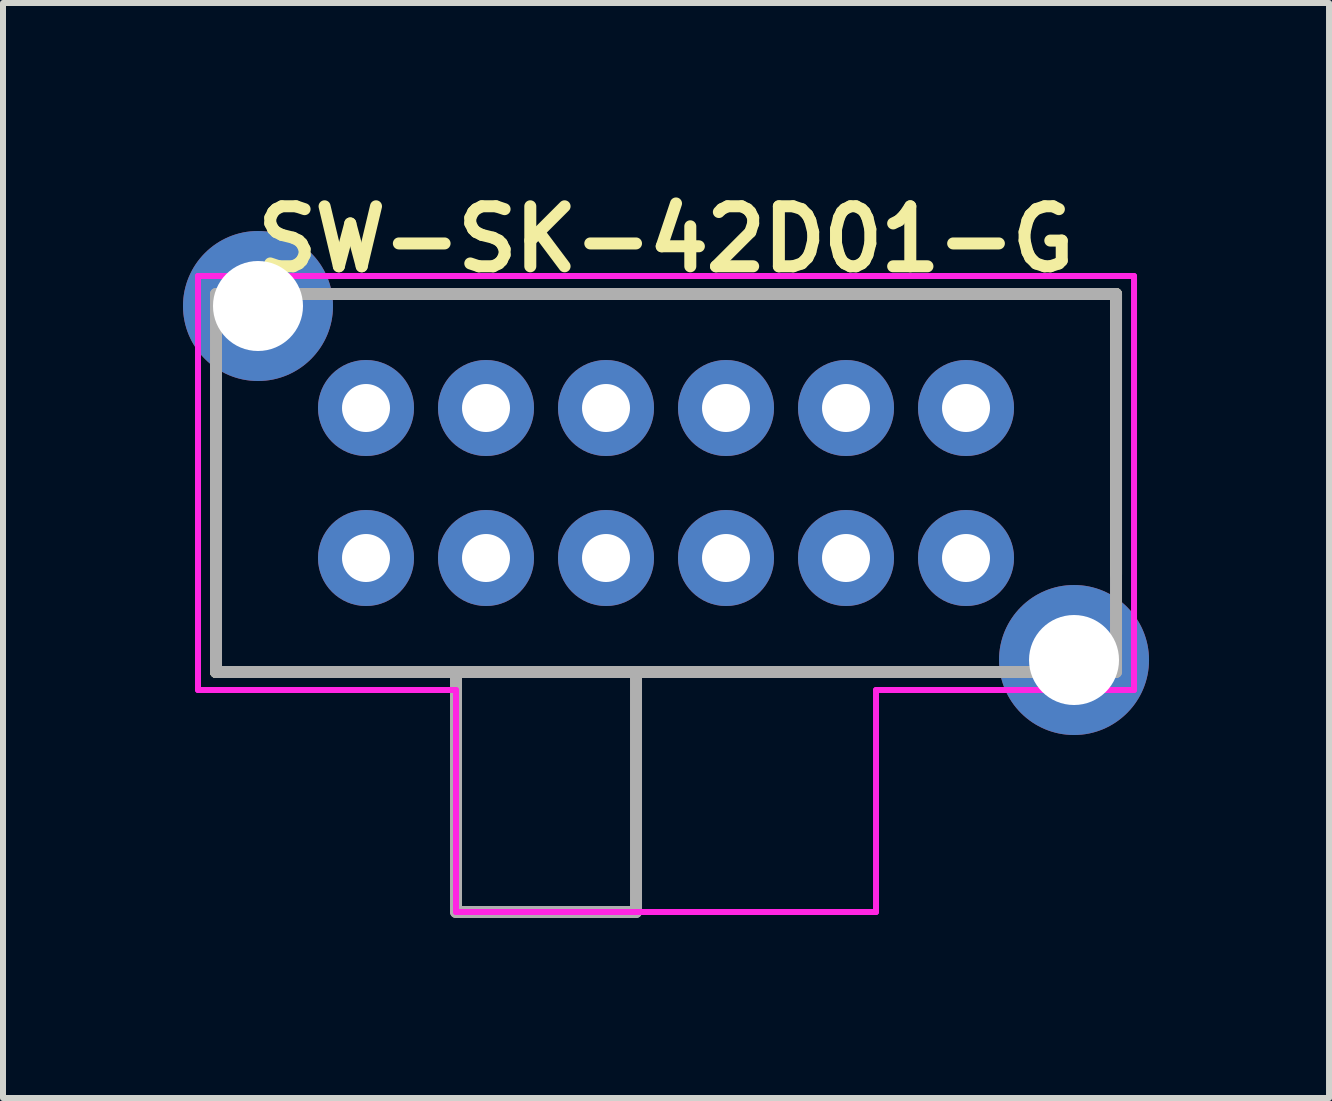
<source format=kicad_pcb>
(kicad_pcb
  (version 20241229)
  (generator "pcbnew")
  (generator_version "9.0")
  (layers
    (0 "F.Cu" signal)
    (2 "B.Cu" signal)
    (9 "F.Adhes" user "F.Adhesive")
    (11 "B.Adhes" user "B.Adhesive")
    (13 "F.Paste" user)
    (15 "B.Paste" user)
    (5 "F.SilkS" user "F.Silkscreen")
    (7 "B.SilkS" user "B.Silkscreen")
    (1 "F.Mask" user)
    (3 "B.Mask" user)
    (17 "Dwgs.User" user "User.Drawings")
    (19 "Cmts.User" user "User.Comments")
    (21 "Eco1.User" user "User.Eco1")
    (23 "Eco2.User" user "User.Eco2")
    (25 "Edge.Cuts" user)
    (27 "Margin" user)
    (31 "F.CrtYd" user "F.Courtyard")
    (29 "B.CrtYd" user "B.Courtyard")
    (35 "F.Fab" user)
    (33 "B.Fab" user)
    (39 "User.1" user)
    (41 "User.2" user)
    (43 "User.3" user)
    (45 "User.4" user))
  (footprint "SW-SK-42D01-G"
    (layer "F.Cu")
    (at 8.05 5)
    (property "Reference" "SW-SK-42D01-G" (at 0 -4.064 0) (layer "F.SilkS") (effects (font (size 1 1) (thickness 0.2))))
    (attr through_hole)
    (fp_line (start -7.5 -1.524) (end -7.5 3.15) (stroke (width 0.2) (type solid)) (layer "F.SilkS"))
    (fp_line (start -7.5 3.15) (end 4.953 3.15) (stroke (width 0.2) (type solid)) (layer "F.SilkS"))
    (fp_line (start -4.953 -3.15) (end 7.5 -3.15) (stroke (width 0.2) (type solid)) (layer "F.SilkS"))
    (fp_line (start 7.5 -3.15) (end 7.5 1.524) (stroke (width 0.2) (type solid)) (layer "F.SilkS"))
    (fp_line (start -7.8 -3.45) (end -7.8 3.45) (stroke (width 0.1) (type solid)) (layer "F.CrtYd"))
    (fp_line (start -7.8 -3.45) (end 7.8 -3.45) (stroke (width 0.1) (type solid)) (layer "F.CrtYd"))
    (fp_line (start -7.8 3.45) (end -3.5 3.45) (stroke (width 0.1) (type solid)) (layer "F.CrtYd"))
    (fp_line (start -3.5 3.45) (end -3.5 7.15) (stroke (width 0.1) (type solid)) (layer "F.CrtYd"))
    (fp_line (start -3.5 7.15) (end 3.5 7.15) (stroke (width 0.1) (type solid)) (layer "F.CrtYd"))
    (fp_line (start 3.5 3.45) (end 7.8 3.45) (stroke (width 0.1) (type solid)) (layer "F.CrtYd"))
    (fp_line (start 3.5 7.15) (end 3.5 3.45) (stroke (width 0.1) (type solid)) (layer "F.CrtYd"))
    (fp_line (start 7.8 3.45) (end 7.8 -3.45) (stroke (width 0.1) (type solid)) (layer "F.CrtYd"))
    (fp_line (start -7.5 -3.15) (end -7.5 3.15) (stroke (width 0.2) (type solid)) (layer "F.Fab"))
    (fp_line (start -7.5 -3.15) (end 7.5 -3.15) (stroke (width 0.2) (type solid)) (layer "F.Fab"))
    (fp_line (start -7.5 3.15) (end 7.5 3.15) (stroke (width 0.2) (type solid)) (layer "F.Fab"))
    (fp_line (start -3.5 3.15) (end -3.5 7.15) (stroke (width 0.2) (type solid)) (layer "F.Fab"))
    (fp_line (start -3.5 7.15) (end -0.5 7.15) (stroke (width 0.2) (type solid)) (layer "F.Fab"))
    (fp_line (start -0.5 3.15) (end -0.5 7.15) (stroke (width 0.2) (type solid)) (layer "F.Fab"))
    (fp_line (start 7.5 -3.15) (end 7.5 3.15) (stroke (width 0.2) (type solid)) (layer "F.Fab"))
    (pad "0" thru_hole circle (at -6.8 -2.95) (size 2.5 2.5) (drill 1.5) (layers "*.Cu" "*.Mask"))
    (pad "0" thru_hole circle (at 6.8 2.95) (size 2.5 2.5) (drill 1.5) (layers "*.Cu" "*.Mask"))
    (pad "1" thru_hole circle (at -5 -1.25) (size 1.6 1.6) (drill 0.8) (layers "*.Cu" "*.Mask"))
    (pad "2" thru_hole circle (at -3 -1.25) (size 1.6 1.6) (drill 0.8) (layers "*.Cu" "*.Mask"))
    (pad "3" thru_hole circle (at -1 -1.25) (size 1.6 1.6) (drill 0.8) (layers "*.Cu" "*.Mask"))
    (pad "4" thru_hole circle (at 1 -1.25) (size 1.6 1.6) (drill 0.8) (layers "*.Cu" "*.Mask"))
    (pad "5" thru_hole circle (at 3 -1.25) (size 1.6 1.6) (drill 0.8) (layers "*.Cu" "*.Mask"))
    (pad "6" thru_hole circle (at 5 -1.25) (size 1.6 1.6) (drill 0.8) (layers "*.Cu" "*.Mask"))
    (pad "7" thru_hole circle (at -5 1.25) (size 1.6 1.6) (drill 0.8) (layers "*.Cu" "*.Mask"))
    (pad "8" thru_hole circle (at -3 1.25) (size 1.6 1.6) (drill 0.8) (layers "*.Cu" "*.Mask"))
    (pad "9" thru_hole circle (at -1 1.25) (size 1.6 1.6) (drill 0.8) (layers "*.Cu" "*.Mask"))
    (pad "10" thru_hole circle (at 1 1.25) (size 1.6 1.6) (drill 0.8) (layers "*.Cu" "*.Mask"))
    (pad "11" thru_hole circle (at 3 1.25) (size 1.6 1.6) (drill 0.8) (layers "*.Cu" "*.Mask"))
    (pad "12" thru_hole circle (at 5 1.25) (size 1.6 1.6) (drill 0.8) (layers "*.Cu" "*.Mask")))
  (gr_rect
    (start -3 -3)
    (end 19.1 15.25)
    (stroke (width 0.1) (type default))
    (fill no)
    (layer "Edge.Cuts")))
</source>
